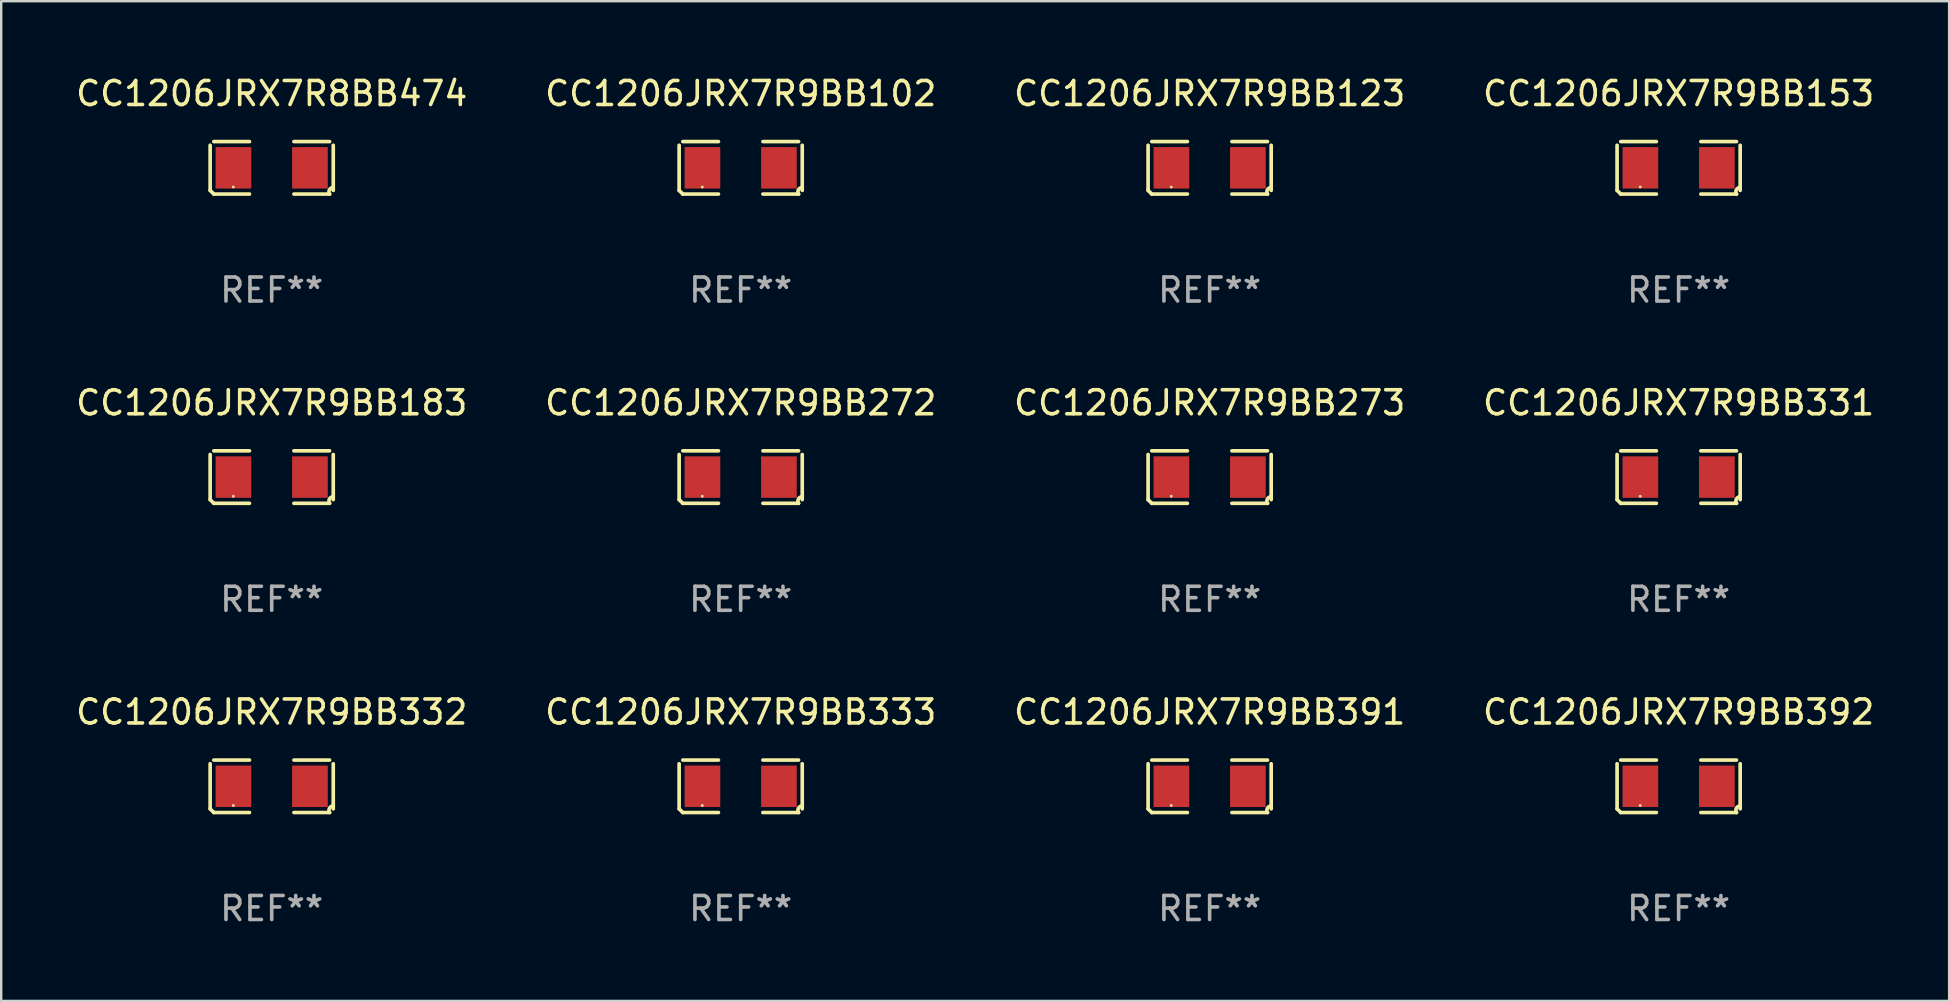
<source format=kicad_pcb>
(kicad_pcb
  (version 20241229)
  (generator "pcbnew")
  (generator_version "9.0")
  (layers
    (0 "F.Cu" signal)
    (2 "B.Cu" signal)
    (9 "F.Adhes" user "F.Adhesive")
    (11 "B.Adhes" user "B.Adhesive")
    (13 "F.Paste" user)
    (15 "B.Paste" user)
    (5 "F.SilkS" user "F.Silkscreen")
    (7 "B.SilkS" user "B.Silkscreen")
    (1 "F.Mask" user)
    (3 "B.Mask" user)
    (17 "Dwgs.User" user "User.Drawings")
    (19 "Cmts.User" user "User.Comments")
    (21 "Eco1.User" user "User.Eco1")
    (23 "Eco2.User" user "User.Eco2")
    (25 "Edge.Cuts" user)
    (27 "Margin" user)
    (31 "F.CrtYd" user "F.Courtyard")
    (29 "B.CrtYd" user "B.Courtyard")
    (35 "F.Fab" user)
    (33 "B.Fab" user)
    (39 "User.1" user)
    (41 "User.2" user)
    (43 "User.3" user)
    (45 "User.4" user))
  (footprint "CC1206JRX7R9BB332"
    (layer "F.Cu")
    (at 8.268 29.704)
    (property "Reference" "CC1206JRX7R9BB332" (at 0 -3.093 0) (layer "F.SilkS") (effects (font (size 1 1) (thickness 0.15))))
    (attr through_hole)
    (fp_line (start -2.564 0.94) (end -2.564 -0.94) (stroke (width 0.152) (type solid)) (layer "F.SilkS"))
    (fp_line (start -2.411 -1.093) (end -0.926 -1.093) (stroke (width 0.152) (type solid)) (layer "F.SilkS"))
    (fp_line (start -0.926 1.093) (end -2.411 1.093) (stroke (width 0.152) (type solid)) (layer "F.SilkS"))
    (fp_line (start 0.926 1.093) (end 2.411 1.093) (stroke (width 0.152) (type solid)) (layer "F.SilkS"))
    (fp_line (start 2.411 -1.093) (end 0.926 -1.093) (stroke (width 0.152) (type solid)) (layer "F.SilkS"))
    (fp_line (start 2.564 0.94) (end 2.564 -0.94) (stroke (width 0.152) (type solid)) (layer "F.SilkS"))
    (fp_arc (start -2.411201 1.092609) (mid -2.487413 1.01642) (end -2.563602 0.940208) (stroke (width 0.1524) (type solid)) (layer "F.SilkS"))
    (fp_arc (start 2.411201 1.092609) (mid 2.407159 0.911226) (end 2.563602 0.819347) (stroke (width 0.1524) (type solid)) (layer "F.SilkS"))
    (fp_circle (center -1.6 0.8) (end -1.57 0.8) (stroke (width 0.06) (type solid)) (fill no) (layer "F.SilkS"))
    (fp_text user "REF**" (at 0 5.093 0) (layer "F.Fab") (effects (font (size 1 1) (thickness 0.15))))
    (pad "1" smd rect (at -1.593 0) (size 1.485 1.728) (layers "F.Cu" "F.Mask" "F.Paste"))
    (pad "2" smd rect (at 1.593 0) (size 1.485 1.728) (layers "F.Cu" "F.Mask" "F.Paste")))
  (footprint "CC1206JRX7R9BB331"
    (layer "F.Cu")
    (at 66.875 16.823)
    (property "Reference" "CC1206JRX7R9BB331" (at 0 -3.093 0) (layer "F.SilkS") (effects (font (size 1 1) (thickness 0.15))))
    (attr through_hole)
    (fp_line (start -2.564 0.94) (end -2.564 -0.94) (stroke (width 0.152) (type solid)) (layer "F.SilkS"))
    (fp_line (start -2.411 -1.093) (end -0.926 -1.093) (stroke (width 0.152) (type solid)) (layer "F.SilkS"))
    (fp_line (start -0.926 1.093) (end -2.411 1.093) (stroke (width 0.152) (type solid)) (layer "F.SilkS"))
    (fp_line (start 0.926 1.093) (end 2.411 1.093) (stroke (width 0.152) (type solid)) (layer "F.SilkS"))
    (fp_line (start 2.411 -1.093) (end 0.926 -1.093) (stroke (width 0.152) (type solid)) (layer "F.SilkS"))
    (fp_line (start 2.564 0.94) (end 2.564 -0.94) (stroke (width 0.152) (type solid)) (layer "F.SilkS"))
    (fp_arc (start -2.411201 1.092609) (mid -2.487413 1.01642) (end -2.563602 0.940208) (stroke (width 0.1524) (type solid)) (layer "F.SilkS"))
    (fp_arc (start 2.411201 1.092609) (mid 2.407159 0.911226) (end 2.563602 0.819347) (stroke (width 0.1524) (type solid)) (layer "F.SilkS"))
    (fp_circle (center -1.6 0.8) (end -1.57 0.8) (stroke (width 0.06) (type solid)) (fill no) (layer "F.SilkS"))
    (fp_text user "REF**" (at 0 5.093 0) (layer "F.Fab") (effects (font (size 1 1) (thickness 0.15))))
    (pad "1" smd rect (at -1.593 0) (size 1.485 1.728) (layers "F.Cu" "F.Mask" "F.Paste"))
    (pad "2" smd rect (at 1.593 0) (size 1.485 1.728) (layers "F.Cu" "F.Mask" "F.Paste")))
  (footprint "CC1206JRX7R9BB392"
    (layer "F.Cu")
    (at 66.875 29.704)
    (property "Reference" "CC1206JRX7R9BB392" (at 0 -3.093 0) (layer "F.SilkS") (effects (font (size 1 1) (thickness 0.15))))
    (attr through_hole)
    (fp_line (start -2.564 0.94) (end -2.564 -0.94) (stroke (width 0.152) (type solid)) (layer "F.SilkS"))
    (fp_line (start -2.411 -1.093) (end -0.926 -1.093) (stroke (width 0.152) (type solid)) (layer "F.SilkS"))
    (fp_line (start -0.926 1.093) (end -2.411 1.093) (stroke (width 0.152) (type solid)) (layer "F.SilkS"))
    (fp_line (start 0.926 1.093) (end 2.411 1.093) (stroke (width 0.152) (type solid)) (layer "F.SilkS"))
    (fp_line (start 2.411 -1.093) (end 0.926 -1.093) (stroke (width 0.152) (type solid)) (layer "F.SilkS"))
    (fp_line (start 2.564 0.94) (end 2.564 -0.94) (stroke (width 0.152) (type solid)) (layer "F.SilkS"))
    (fp_arc (start -2.411201 1.092609) (mid -2.487413 1.01642) (end -2.563602 0.940208) (stroke (width 0.1524) (type solid)) (layer "F.SilkS"))
    (fp_arc (start 2.411201 1.092609) (mid 2.407159 0.911226) (end 2.563602 0.819347) (stroke (width 0.1524) (type solid)) (layer "F.SilkS"))
    (fp_circle (center -1.6 0.8) (end -1.57 0.8) (stroke (width 0.06) (type solid)) (fill no) (layer "F.SilkS"))
    (fp_text user "REF**" (at 0 5.093 0) (layer "F.Fab") (effects (font (size 1 1) (thickness 0.15))))
    (pad "1" smd rect (at -1.593 0) (size 1.485 1.728) (layers "F.Cu" "F.Mask" "F.Paste"))
    (pad "2" smd rect (at 1.593 0) (size 1.485 1.728) (layers "F.Cu" "F.Mask" "F.Paste")))
  (footprint "CC1206JRX7R9BB391"
    (layer "F.Cu")
    (at 47.339 29.704)
    (property "Reference" "CC1206JRX7R9BB391" (at 0 -3.093 0) (layer "F.SilkS") (effects (font (size 1 1) (thickness 0.15))))
    (attr through_hole)
    (fp_line (start -2.564 0.94) (end -2.564 -0.94) (stroke (width 0.152) (type solid)) (layer "F.SilkS"))
    (fp_line (start -2.411 -1.093) (end -0.926 -1.093) (stroke (width 0.152) (type solid)) (layer "F.SilkS"))
    (fp_line (start -0.926 1.093) (end -2.411 1.093) (stroke (width 0.152) (type solid)) (layer "F.SilkS"))
    (fp_line (start 0.926 1.093) (end 2.411 1.093) (stroke (width 0.152) (type solid)) (layer "F.SilkS"))
    (fp_line (start 2.411 -1.093) (end 0.926 -1.093) (stroke (width 0.152) (type solid)) (layer "F.SilkS"))
    (fp_line (start 2.564 0.94) (end 2.564 -0.94) (stroke (width 0.152) (type solid)) (layer "F.SilkS"))
    (fp_arc (start -2.411201 1.092609) (mid -2.487413 1.01642) (end -2.563602 0.940208) (stroke (width 0.1524) (type solid)) (layer "F.SilkS"))
    (fp_arc (start 2.411201 1.092609) (mid 2.407159 0.911226) (end 2.563602 0.819347) (stroke (width 0.1524) (type solid)) (layer "F.SilkS"))
    (fp_circle (center -1.6 0.8) (end -1.57 0.8) (stroke (width 0.06) (type solid)) (fill no) (layer "F.SilkS"))
    (fp_text user "REF**" (at 0 5.093 0) (layer "F.Fab") (effects (font (size 1 1) (thickness 0.15))))
    (pad "1" smd rect (at -1.593 0) (size 1.485 1.728) (layers "F.Cu" "F.Mask" "F.Paste"))
    (pad "2" smd rect (at 1.593 0) (size 1.485 1.728) (layers "F.Cu" "F.Mask" "F.Paste")))
  (footprint "CC1206JRX7R9BB272"
    (layer "F.Cu")
    (at 27.804 16.823)
    (property "Reference" "CC1206JRX7R9BB272" (at 0 -3.093 0) (layer "F.SilkS") (effects (font (size 1 1) (thickness 0.15))))
    (attr through_hole)
    (fp_line (start -2.564 0.94) (end -2.564 -0.94) (stroke (width 0.152) (type solid)) (layer "F.SilkS"))
    (fp_line (start -2.411 -1.093) (end -0.926 -1.093) (stroke (width 0.152) (type solid)) (layer "F.SilkS"))
    (fp_line (start -0.926 1.093) (end -2.411 1.093) (stroke (width 0.152) (type solid)) (layer "F.SilkS"))
    (fp_line (start 0.926 1.093) (end 2.411 1.093) (stroke (width 0.152) (type solid)) (layer "F.SilkS"))
    (fp_line (start 2.411 -1.093) (end 0.926 -1.093) (stroke (width 0.152) (type solid)) (layer "F.SilkS"))
    (fp_line (start 2.564 0.94) (end 2.564 -0.94) (stroke (width 0.152) (type solid)) (layer "F.SilkS"))
    (fp_arc (start -2.411201 1.092609) (mid -2.487413 1.01642) (end -2.563602 0.940208) (stroke (width 0.1524) (type solid)) (layer "F.SilkS"))
    (fp_arc (start 2.411201 1.092609) (mid 2.407159 0.911226) (end 2.563602 0.819347) (stroke (width 0.1524) (type solid)) (layer "F.SilkS"))
    (fp_circle (center -1.6 0.8) (end -1.57 0.8) (stroke (width 0.06) (type solid)) (fill no) (layer "F.SilkS"))
    (fp_text user "REF**" (at 0 5.093 0) (layer "F.Fab") (effects (font (size 1 1) (thickness 0.15))))
    (pad "1" smd rect (at -1.593 0) (size 1.485 1.728) (layers "F.Cu" "F.Mask" "F.Paste"))
    (pad "2" smd rect (at 1.593 0) (size 1.485 1.728) (layers "F.Cu" "F.Mask" "F.Paste")))
  (footprint "CC1206JRX7R9BB273"
    (layer "F.Cu")
    (at 47.339 16.823)
    (property "Reference" "CC1206JRX7R9BB273" (at 0 -3.093 0) (layer "F.SilkS") (effects (font (size 1 1) (thickness 0.15))))
    (attr through_hole)
    (fp_line (start -2.564 0.94) (end -2.564 -0.94) (stroke (width 0.152) (type solid)) (layer "F.SilkS"))
    (fp_line (start -2.411 -1.093) (end -0.926 -1.093) (stroke (width 0.152) (type solid)) (layer "F.SilkS"))
    (fp_line (start -0.926 1.093) (end -2.411 1.093) (stroke (width 0.152) (type solid)) (layer "F.SilkS"))
    (fp_line (start 0.926 1.093) (end 2.411 1.093) (stroke (width 0.152) (type solid)) (layer "F.SilkS"))
    (fp_line (start 2.411 -1.093) (end 0.926 -1.093) (stroke (width 0.152) (type solid)) (layer "F.SilkS"))
    (fp_line (start 2.564 0.94) (end 2.564 -0.94) (stroke (width 0.152) (type solid)) (layer "F.SilkS"))
    (fp_arc (start -2.411201 1.092609) (mid -2.487413 1.01642) (end -2.563602 0.940208) (stroke (width 0.1524) (type solid)) (layer "F.SilkS"))
    (fp_arc (start 2.411201 1.092609) (mid 2.407159 0.911226) (end 2.563602 0.819347) (stroke (width 0.1524) (type solid)) (layer "F.SilkS"))
    (fp_circle (center -1.6 0.8) (end -1.57 0.8) (stroke (width 0.06) (type solid)) (fill no) (layer "F.SilkS"))
    (fp_text user "REF**" (at 0 5.093 0) (layer "F.Fab") (effects (font (size 1 1) (thickness 0.15))))
    (pad "1" smd rect (at -1.593 0) (size 1.485 1.728) (layers "F.Cu" "F.Mask" "F.Paste"))
    (pad "2" smd rect (at 1.593 0) (size 1.485 1.728) (layers "F.Cu" "F.Mask" "F.Paste")))
  (footprint "CC1206JRX7R9BB183"
    (layer "F.Cu")
    (at 8.268 16.823)
    (property "Reference" "CC1206JRX7R9BB183" (at 0 -3.093 0) (layer "F.SilkS") (effects (font (size 1 1) (thickness 0.15))))
    (attr through_hole)
    (fp_line (start -2.564 0.94) (end -2.564 -0.94) (stroke (width 0.152) (type solid)) (layer "F.SilkS"))
    (fp_line (start -2.411 -1.093) (end -0.926 -1.093) (stroke (width 0.152) (type solid)) (layer "F.SilkS"))
    (fp_line (start -0.926 1.093) (end -2.411 1.093) (stroke (width 0.152) (type solid)) (layer "F.SilkS"))
    (fp_line (start 0.926 1.093) (end 2.411 1.093) (stroke (width 0.152) (type solid)) (layer "F.SilkS"))
    (fp_line (start 2.411 -1.093) (end 0.926 -1.093) (stroke (width 0.152) (type solid)) (layer "F.SilkS"))
    (fp_line (start 2.564 0.94) (end 2.564 -0.94) (stroke (width 0.152) (type solid)) (layer "F.SilkS"))
    (fp_arc (start -2.411201 1.092609) (mid -2.487413 1.01642) (end -2.563602 0.940208) (stroke (width 0.1524) (type solid)) (layer "F.SilkS"))
    (fp_arc (start 2.411201 1.092609) (mid 2.407159 0.911226) (end 2.563602 0.819347) (stroke (width 0.1524) (type solid)) (layer "F.SilkS"))
    (fp_circle (center -1.6 0.8) (end -1.57 0.8) (stroke (width 0.06) (type solid)) (fill no) (layer "F.SilkS"))
    (fp_text user "REF**" (at 0 5.093 0) (layer "F.Fab") (effects (font (size 1 1) (thickness 0.15))))
    (pad "1" smd rect (at -1.593 0) (size 1.485 1.728) (layers "F.Cu" "F.Mask" "F.Paste"))
    (pad "2" smd rect (at 1.593 0) (size 1.485 1.728) (layers "F.Cu" "F.Mask" "F.Paste")))
  (footprint "CC1206JRX7R9BB333"
    (layer "F.Cu")
    (at 27.804 29.704)
    (property "Reference" "CC1206JRX7R9BB333" (at 0 -3.093 0) (layer "F.SilkS") (effects (font (size 1 1) (thickness 0.15))))
    (attr through_hole)
    (fp_line (start -2.564 0.94) (end -2.564 -0.94) (stroke (width 0.152) (type solid)) (layer "F.SilkS"))
    (fp_line (start -2.411 -1.093) (end -0.926 -1.093) (stroke (width 0.152) (type solid)) (layer "F.SilkS"))
    (fp_line (start -0.926 1.093) (end -2.411 1.093) (stroke (width 0.152) (type solid)) (layer "F.SilkS"))
    (fp_line (start 0.926 1.093) (end 2.411 1.093) (stroke (width 0.152) (type solid)) (layer "F.SilkS"))
    (fp_line (start 2.411 -1.093) (end 0.926 -1.093) (stroke (width 0.152) (type solid)) (layer "F.SilkS"))
    (fp_line (start 2.564 0.94) (end 2.564 -0.94) (stroke (width 0.152) (type solid)) (layer "F.SilkS"))
    (fp_arc (start -2.411201 1.092609) (mid -2.487413 1.01642) (end -2.563602 0.940208) (stroke (width 0.1524) (type solid)) (layer "F.SilkS"))
    (fp_arc (start 2.411201 1.092609) (mid 2.407159 0.911226) (end 2.563602 0.819347) (stroke (width 0.1524) (type solid)) (layer "F.SilkS"))
    (fp_circle (center -1.6 0.8) (end -1.57 0.8) (stroke (width 0.06) (type solid)) (fill no) (layer "F.SilkS"))
    (fp_text user "REF**" (at 0 5.093 0) (layer "F.Fab") (effects (font (size 1 1) (thickness 0.15))))
    (pad "1" smd rect (at -1.593 0) (size 1.485 1.728) (layers "F.Cu" "F.Mask" "F.Paste"))
    (pad "2" smd rect (at 1.593 0) (size 1.485 1.728) (layers "F.Cu" "F.Mask" "F.Paste")))
  (footprint "CC1206JRX7R8BB474"
    (layer "F.Cu")
    (at 8.268 3.941)
    (property "Reference" "CC1206JRX7R8BB474" (at 0 -3.093 0) (layer "F.SilkS") (effects (font (size 1 1) (thickness 0.15))))
    (attr through_hole)
    (fp_line (start -2.564 0.94) (end -2.564 -0.94) (stroke (width 0.152) (type solid)) (layer "F.SilkS"))
    (fp_line (start -2.411 -1.093) (end -0.926 -1.093) (stroke (width 0.152) (type solid)) (layer "F.SilkS"))
    (fp_line (start -0.926 1.093) (end -2.411 1.093) (stroke (width 0.152) (type solid)) (layer "F.SilkS"))
    (fp_line (start 0.926 1.093) (end 2.411 1.093) (stroke (width 0.152) (type solid)) (layer "F.SilkS"))
    (fp_line (start 2.411 -1.093) (end 0.926 -1.093) (stroke (width 0.152) (type solid)) (layer "F.SilkS"))
    (fp_line (start 2.564 0.94) (end 2.564 -0.94) (stroke (width 0.152) (type solid)) (layer "F.SilkS"))
    (fp_arc (start -2.411201 1.092609) (mid -2.487413 1.01642) (end -2.563602 0.940208) (stroke (width 0.1524) (type solid)) (layer "F.SilkS"))
    (fp_arc (start 2.411201 1.092609) (mid 2.407159 0.911226) (end 2.563602 0.819347) (stroke (width 0.1524) (type solid)) (layer "F.SilkS"))
    (fp_circle (center -1.6 0.8) (end -1.57 0.8) (stroke (width 0.06) (type solid)) (fill no) (layer "F.SilkS"))
    (fp_text user "REF**" (at 0 5.093 0) (layer "F.Fab") (effects (font (size 1 1) (thickness 0.15))))
    (pad "1" smd rect (at -1.593 0) (size 1.485 1.728) (layers "F.Cu" "F.Mask" "F.Paste"))
    (pad "2" smd rect (at 1.593 0) (size 1.485 1.728) (layers "F.Cu" "F.Mask" "F.Paste")))
  (footprint "CC1206JRX7R9BB123"
    (layer "F.Cu")
    (at 47.339 3.941)
    (property "Reference" "CC1206JRX7R9BB123" (at 0 -3.093 0) (layer "F.SilkS") (effects (font (size 1 1) (thickness 0.15))))
    (attr through_hole)
    (fp_line (start -2.564 0.94) (end -2.564 -0.94) (stroke (width 0.152) (type solid)) (layer "F.SilkS"))
    (fp_line (start -2.411 -1.093) (end -0.926 -1.093) (stroke (width 0.152) (type solid)) (layer "F.SilkS"))
    (fp_line (start -0.926 1.093) (end -2.411 1.093) (stroke (width 0.152) (type solid)) (layer "F.SilkS"))
    (fp_line (start 0.926 1.093) (end 2.411 1.093) (stroke (width 0.152) (type solid)) (layer "F.SilkS"))
    (fp_line (start 2.411 -1.093) (end 0.926 -1.093) (stroke (width 0.152) (type solid)) (layer "F.SilkS"))
    (fp_line (start 2.564 0.94) (end 2.564 -0.94) (stroke (width 0.152) (type solid)) (layer "F.SilkS"))
    (fp_arc (start -2.411201 1.092609) (mid -2.487413 1.01642) (end -2.563602 0.940208) (stroke (width 0.1524) (type solid)) (layer "F.SilkS"))
    (fp_arc (start 2.411201 1.092609) (mid 2.407159 0.911226) (end 2.563602 0.819347) (stroke (width 0.1524) (type solid)) (layer "F.SilkS"))
    (fp_circle (center -1.6 0.8) (end -1.57 0.8) (stroke (width 0.06) (type solid)) (fill no) (layer "F.SilkS"))
    (fp_text user "REF**" (at 0 5.093 0) (layer "F.Fab") (effects (font (size 1 1) (thickness 0.15))))
    (pad "1" smd rect (at -1.593 0) (size 1.485 1.728) (layers "F.Cu" "F.Mask" "F.Paste"))
    (pad "2" smd rect (at 1.593 0) (size 1.485 1.728) (layers "F.Cu" "F.Mask" "F.Paste")))
  (footprint "CC1206JRX7R9BB153"
    (layer "F.Cu")
    (at 66.875 3.941)
    (property "Reference" "CC1206JRX7R9BB153" (at 0 -3.093 0) (layer "F.SilkS") (effects (font (size 1 1) (thickness 0.15))))
    (attr through_hole)
    (fp_line (start -2.564 0.94) (end -2.564 -0.94) (stroke (width 0.152) (type solid)) (layer "F.SilkS"))
    (fp_line (start -2.411 -1.093) (end -0.926 -1.093) (stroke (width 0.152) (type solid)) (layer "F.SilkS"))
    (fp_line (start -0.926 1.093) (end -2.411 1.093) (stroke (width 0.152) (type solid)) (layer "F.SilkS"))
    (fp_line (start 0.926 1.093) (end 2.411 1.093) (stroke (width 0.152) (type solid)) (layer "F.SilkS"))
    (fp_line (start 2.411 -1.093) (end 0.926 -1.093) (stroke (width 0.152) (type solid)) (layer "F.SilkS"))
    (fp_line (start 2.564 0.94) (end 2.564 -0.94) (stroke (width 0.152) (type solid)) (layer "F.SilkS"))
    (fp_arc (start -2.411201 1.092609) (mid -2.487413 1.01642) (end -2.563602 0.940208) (stroke (width 0.1524) (type solid)) (layer "F.SilkS"))
    (fp_arc (start 2.411201 1.092609) (mid 2.407159 0.911226) (end 2.563602 0.819347) (stroke (width 0.1524) (type solid)) (layer "F.SilkS"))
    (fp_circle (center -1.6 0.8) (end -1.57 0.8) (stroke (width 0.06) (type solid)) (fill no) (layer "F.SilkS"))
    (fp_text user "REF**" (at 0 5.093 0) (layer "F.Fab") (effects (font (size 1 1) (thickness 0.15))))
    (pad "1" smd rect (at -1.593 0) (size 1.485 1.728) (layers "F.Cu" "F.Mask" "F.Paste"))
    (pad "2" smd rect (at 1.593 0) (size 1.485 1.728) (layers "F.Cu" "F.Mask" "F.Paste")))
  (footprint "CC1206JRX7R9BB102"
    (layer "F.Cu")
    (at 27.804 3.941)
    (property "Reference" "CC1206JRX7R9BB102" (at 0 -3.093 0) (layer "F.SilkS") (effects (font (size 1 1) (thickness 0.15))))
    (attr through_hole)
    (fp_line (start -2.564 0.94) (end -2.564 -0.94) (stroke (width 0.152) (type solid)) (layer "F.SilkS"))
    (fp_line (start -2.411 -1.093) (end -0.926 -1.093) (stroke (width 0.152) (type solid)) (layer "F.SilkS"))
    (fp_line (start -0.926 1.093) (end -2.411 1.093) (stroke (width 0.152) (type solid)) (layer "F.SilkS"))
    (fp_line (start 0.926 1.093) (end 2.411 1.093) (stroke (width 0.152) (type solid)) (layer "F.SilkS"))
    (fp_line (start 2.411 -1.093) (end 0.926 -1.093) (stroke (width 0.152) (type solid)) (layer "F.SilkS"))
    (fp_line (start 2.564 0.94) (end 2.564 -0.94) (stroke (width 0.152) (type solid)) (layer "F.SilkS"))
    (fp_arc (start -2.411201 1.092609) (mid -2.487413 1.01642) (end -2.563602 0.940208) (stroke (width 0.1524) (type solid)) (layer "F.SilkS"))
    (fp_arc (start 2.411201 1.092609) (mid 2.407159 0.911226) (end 2.563602 0.819347) (stroke (width 0.1524) (type solid)) (layer "F.SilkS"))
    (fp_circle (center -1.6 0.8) (end -1.57 0.8) (stroke (width 0.06) (type solid)) (fill no) (layer "F.SilkS"))
    (fp_text user "REF**" (at 0 5.093 0) (layer "F.Fab") (effects (font (size 1 1) (thickness 0.15))))
    (pad "1" smd rect (at -1.593 0) (size 1.485 1.728) (layers "F.Cu" "F.Mask" "F.Paste"))
    (pad "2" smd rect (at 1.593 0) (size 1.485 1.728) (layers "F.Cu" "F.Mask" "F.Paste")))
  (gr_rect
    (start -3 -3)
    (end 78.143 38.645)
    (stroke (width 0.1) (type default))
    (fill no)
    (layer "Edge.Cuts")))
</source>
